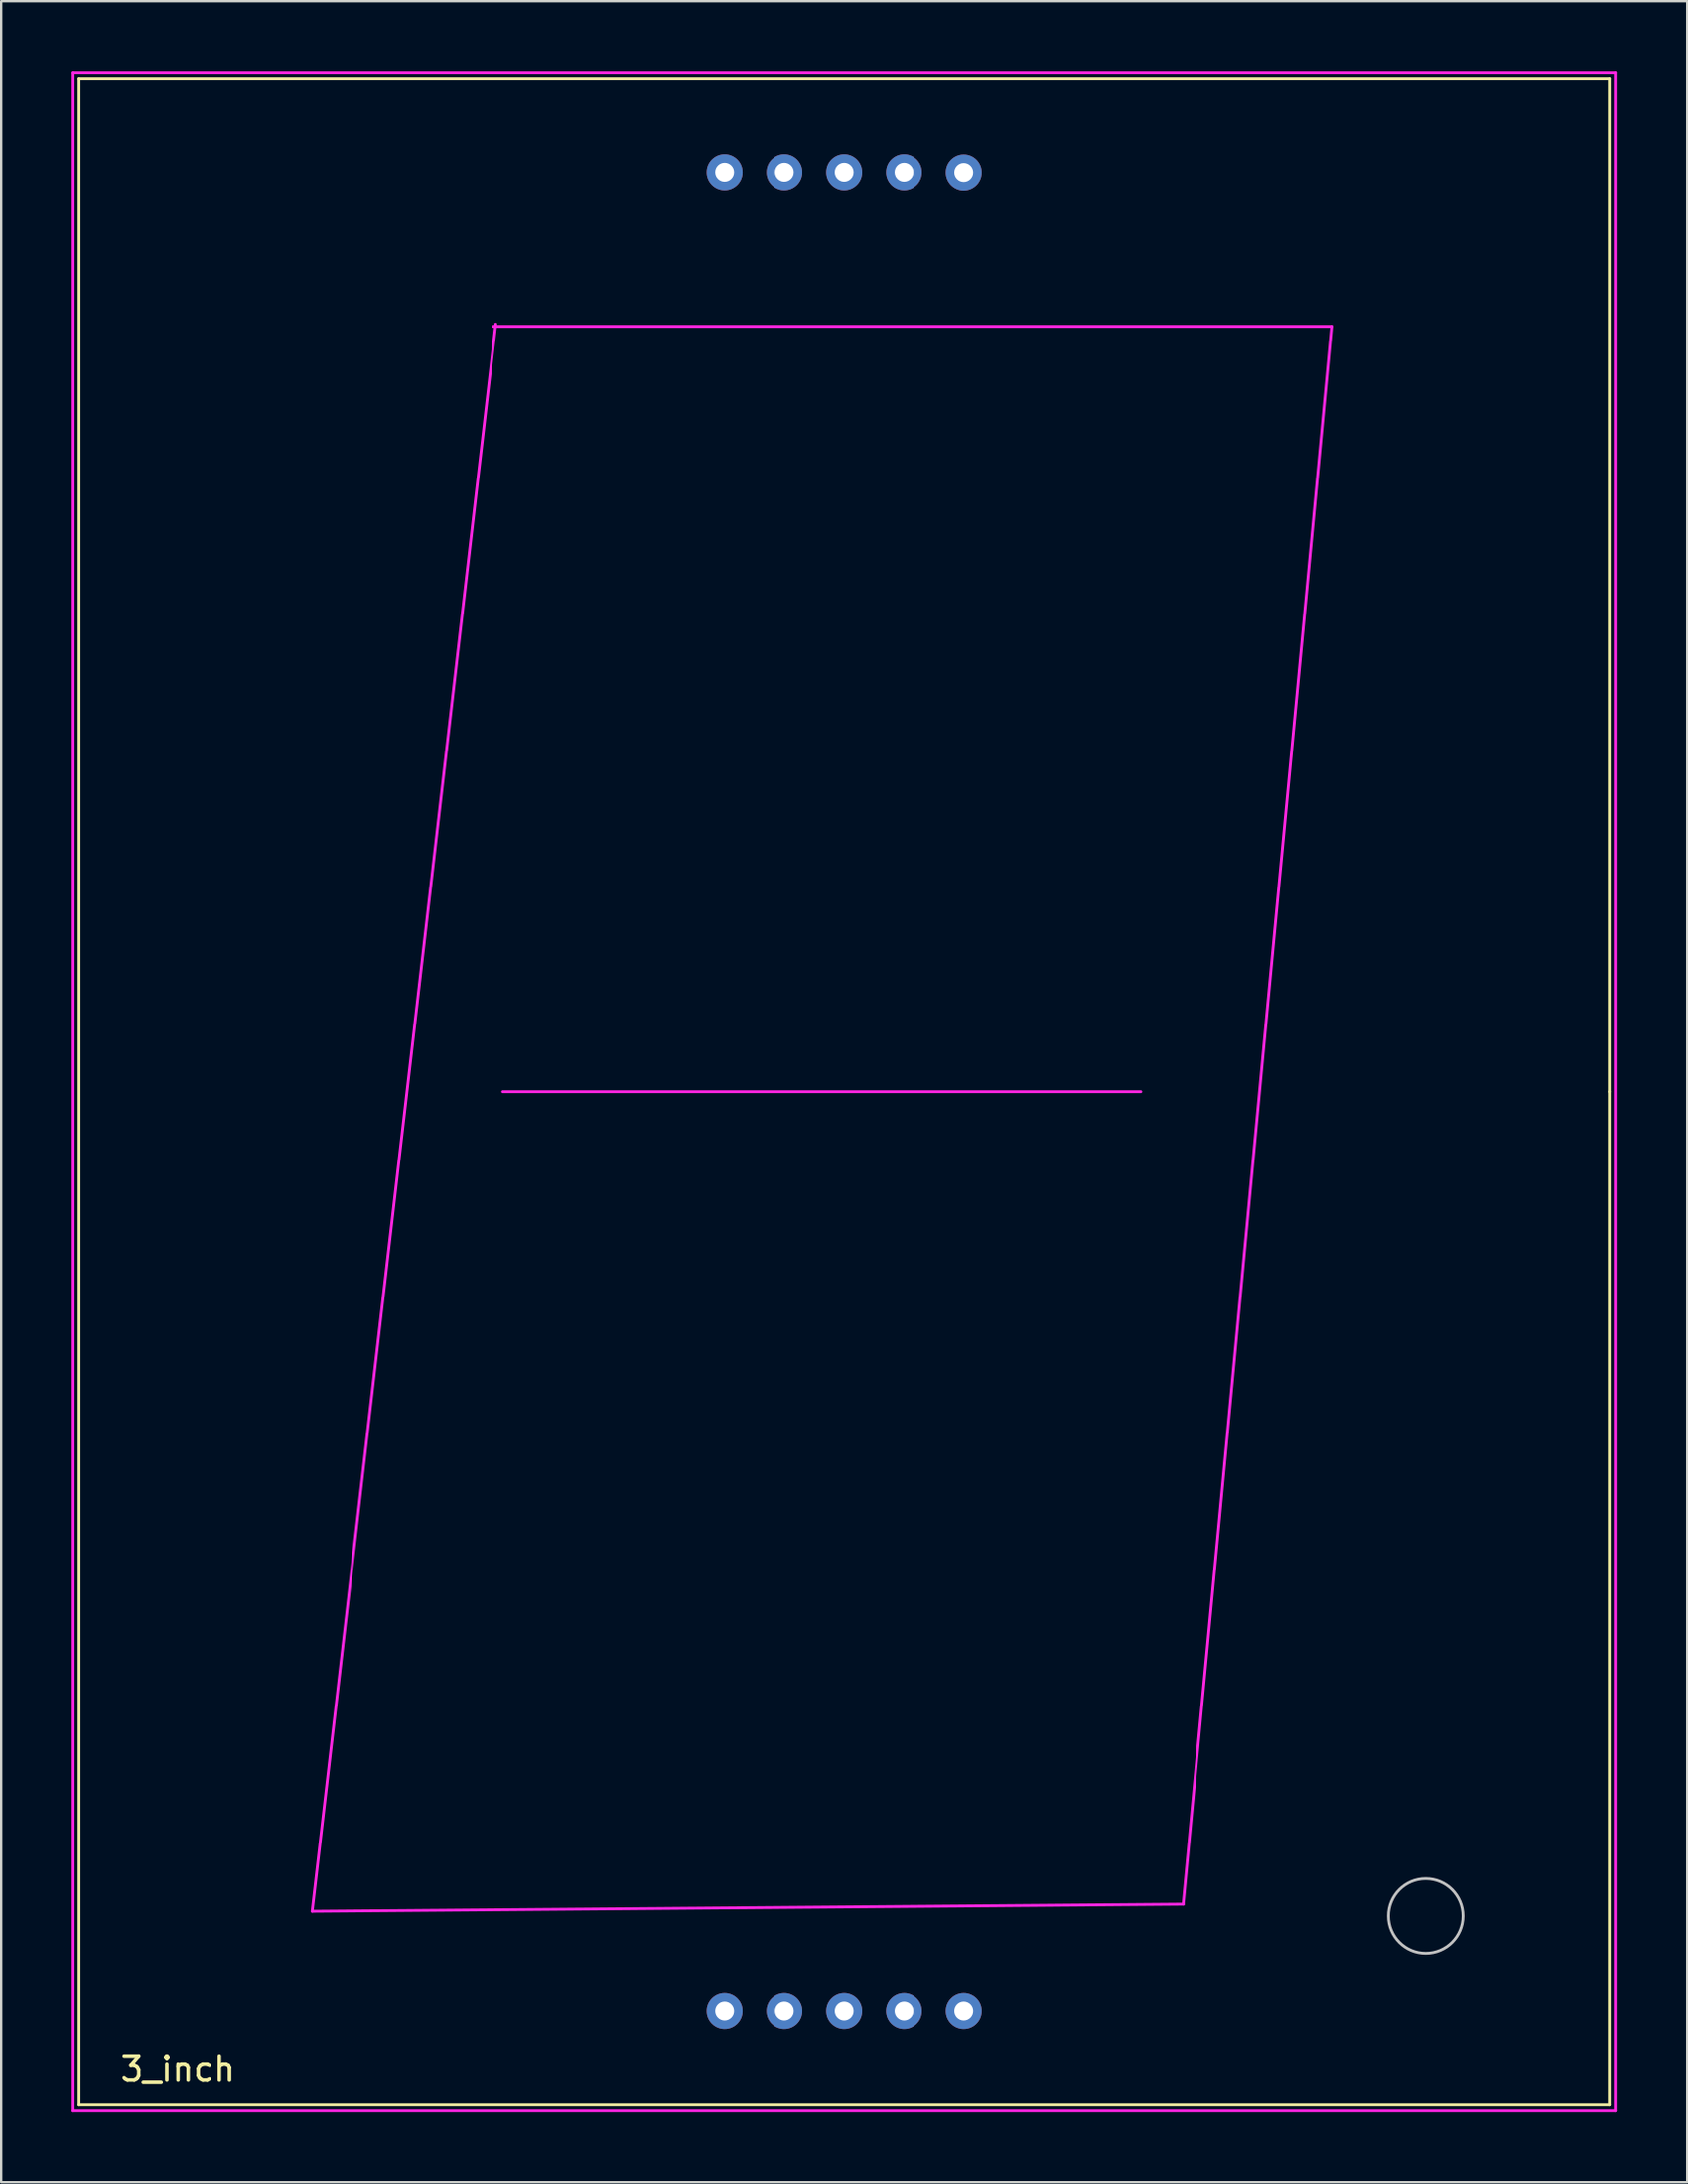
<source format=kicad_pcb>
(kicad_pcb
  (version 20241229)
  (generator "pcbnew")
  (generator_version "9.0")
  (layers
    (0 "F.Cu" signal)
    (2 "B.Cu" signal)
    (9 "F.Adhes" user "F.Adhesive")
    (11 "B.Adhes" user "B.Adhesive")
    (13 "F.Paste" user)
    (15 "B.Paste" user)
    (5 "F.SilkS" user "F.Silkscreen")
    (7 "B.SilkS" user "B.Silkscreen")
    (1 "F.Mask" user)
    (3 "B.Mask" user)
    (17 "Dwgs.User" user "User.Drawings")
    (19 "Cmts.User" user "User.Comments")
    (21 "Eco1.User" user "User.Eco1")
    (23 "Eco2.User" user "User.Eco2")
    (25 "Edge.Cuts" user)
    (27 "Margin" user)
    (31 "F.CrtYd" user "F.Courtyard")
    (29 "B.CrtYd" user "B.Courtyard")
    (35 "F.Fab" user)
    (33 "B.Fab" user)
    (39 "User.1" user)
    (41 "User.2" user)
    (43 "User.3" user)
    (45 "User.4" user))
  (footprint "3_inch"
    (layer "F.Cu")
    (at 32.81 43.31)
    (property "Reference" "3_inch" (at -28.3 41.5 0) (layer "F.SilkS") (effects (font (size 1 1) (thickness 0.15))))
    (attr through_hole)
    (fp_line (start -32.5 -43) (end 32.5 -43) (stroke (width 0.12) (type solid)) (layer "F.SilkS"))
    (fp_line (start -32.5 43) (end -32.5 -43) (stroke (width 0.12) (type solid)) (layer "F.SilkS"))
    (fp_line (start 32.5 -43) (end 32.5 0) (stroke (width 0.12) (type solid)) (layer "F.SilkS"))
    (fp_line (start 32.5 0) (end 32.5 43) (stroke (width 0.12) (type solid)) (layer "F.SilkS"))
    (fp_line (start 32.5 43) (end -32.5 43) (stroke (width 0.12) (type solid)) (layer "F.SilkS"))
    (fp_circle (center 24.7 35) (end 26.281 35) (stroke (width 0.12) (type solid)) (fill no) (layer "Dwgs.User"))
    (fp_line (start -32.75 -43.25) (end -32.75 43.25) (stroke (width 0.12) (type solid)) (layer "F.CrtYd"))
    (fp_line (start -32.75 43.25) (end 32.75 43.25) (stroke (width 0.12) (type solid)) (layer "F.CrtYd"))
    (fp_line (start -22.6 34.8) (end -14.8 -32.6) (stroke (width 0.12) (type solid)) (layer "F.CrtYd"))
    (fp_line (start -14.9 -32.5) (end 20.7 -32.5) (stroke (width 0.12) (type solid)) (layer "F.CrtYd"))
    (fp_line (start -14.5 0) (end 12.6 0) (stroke (width 0.12) (type solid)) (layer "F.CrtYd"))
    (fp_line (start 14.4 34.5) (end -22.6 34.8) (stroke (width 0.12) (type solid)) (layer "F.CrtYd"))
    (fp_line (start 20.7 -32.5) (end 14.4 34.5) (stroke (width 0.12) (type solid)) (layer "F.CrtYd"))
    (fp_line (start 32.75 -43.25) (end -32.75 -43.25) (stroke (width 0.12) (type solid)) (layer "F.CrtYd"))
    (fp_line (start 32.75 43.25) (end 32.75 -43.25) (stroke (width 0.12) (type solid)) (layer "F.CrtYd"))
    (pad "1" thru_hole circle (at -5.08 -39.05) (size 1.524 1.524) (drill 0.8) (layers "*.Cu" "*.Mask"))
    (pad "2" thru_hole circle (at -2.54 -39.05) (size 1.524 1.524) (drill 0.8) (layers "*.Cu" "*.Mask"))
    (pad "3" thru_hole circle (at 0 -39.05) (size 1.524 1.524) (drill 0.8) (layers "*.Cu" "*.Mask"))
    (pad "4" thru_hole circle (at 2.54 -39.05) (size 1.524 1.524) (drill 0.8) (layers "*.Cu" "*.Mask"))
    (pad "5" thru_hole circle (at 5.08 -39.04) (size 1.524 1.524) (drill 0.8) (layers "*.Cu" "*.Mask"))
    (pad "6" thru_hole circle (at -5.08 39.05) (size 1.524 1.524) (drill 0.8) (layers "*.Cu" "*.Mask"))
    (pad "7" thru_hole circle (at -2.54 39.05) (size 1.524 1.524) (drill 0.8) (layers "*.Cu" "*.Mask"))
    (pad "8" thru_hole circle (at 0 39.05) (size 1.524 1.524) (drill 0.8) (layers "*.Cu" "*.Mask"))
    (pad "9" thru_hole circle (at 2.54 39.05) (size 1.524 1.524) (drill 0.8) (layers "*.Cu" "*.Mask"))
    (pad "10" thru_hole circle (at 5.08 39.05) (size 1.524 1.524) (drill 0.8) (layers "*.Cu" "*.Mask")))
  (gr_rect
    (start -3 -3)
    (end 68.62 89.62)
    (stroke (width 0.1) (type default))
    (fill no)
    (layer "Edge.Cuts")))
</source>
